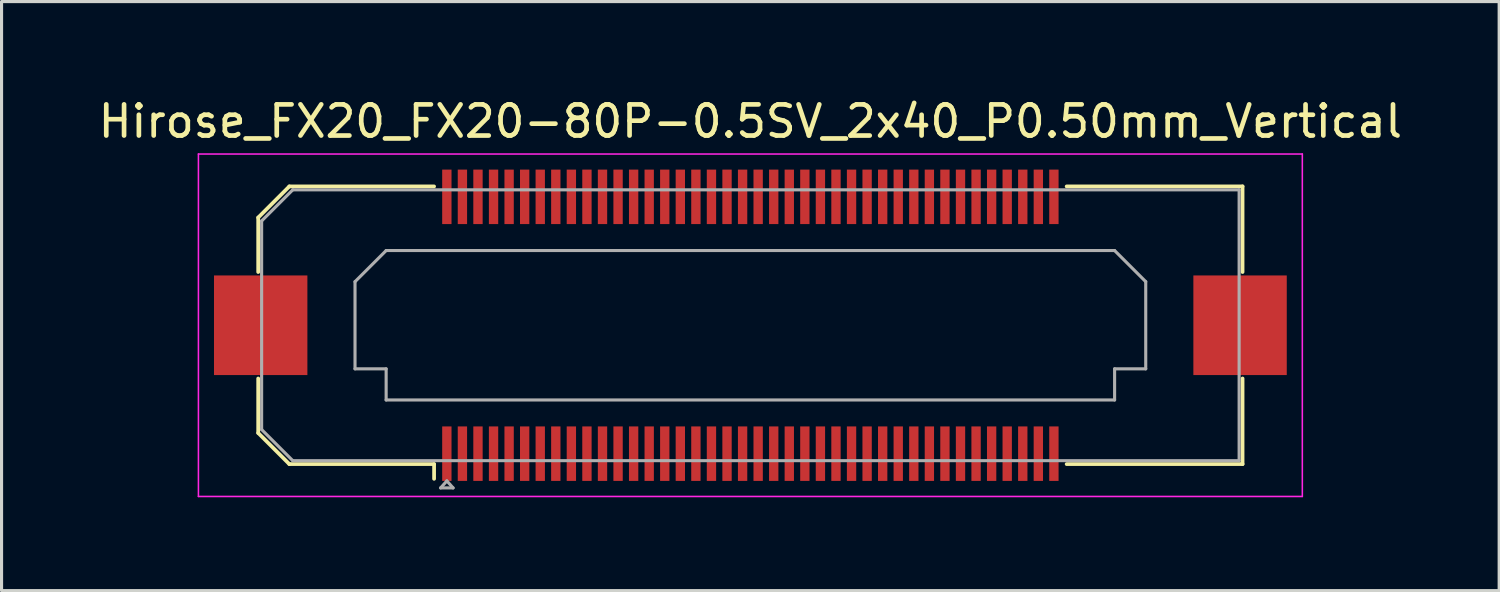
<source format=kicad_pcb>
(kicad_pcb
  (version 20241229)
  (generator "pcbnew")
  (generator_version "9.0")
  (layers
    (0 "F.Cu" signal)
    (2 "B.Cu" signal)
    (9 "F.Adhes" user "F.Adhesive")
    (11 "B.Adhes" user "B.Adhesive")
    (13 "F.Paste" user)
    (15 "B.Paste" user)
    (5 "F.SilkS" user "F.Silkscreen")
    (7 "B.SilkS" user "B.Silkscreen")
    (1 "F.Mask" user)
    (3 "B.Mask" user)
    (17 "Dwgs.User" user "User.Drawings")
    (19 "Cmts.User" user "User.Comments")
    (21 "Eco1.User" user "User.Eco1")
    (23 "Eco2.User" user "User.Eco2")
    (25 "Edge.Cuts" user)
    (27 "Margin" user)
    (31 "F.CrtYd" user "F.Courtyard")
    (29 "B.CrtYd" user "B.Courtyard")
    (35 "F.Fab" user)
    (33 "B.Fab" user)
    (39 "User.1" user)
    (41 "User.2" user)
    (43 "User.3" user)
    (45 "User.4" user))
  (footprint "Hirose_FX20_FX20-80P-0.5SV_2x40_P0.50mm_Vertical"
    (layer "F.Cu")
    (at 21.054 7.398)
    (property "Reference" "Hirose_FX20_FX20-80P-0.5SV_2x40_P0.50mm_Vertical" (at 0 -6.55 0) (layer "F.SilkS") (effects (font (size 1 1) (thickness 0.15))))
    (attr smd)
    (fp_line (start -15.81 -3.46) (end -14.81 -4.46) (stroke (width 0.12) (type solid)) (layer "F.SilkS"))
    (fp_line (start -15.81 -1.71) (end -15.81 -3.46) (stroke (width 0.12) (type solid)) (layer "F.SilkS"))
    (fp_line (start -15.81 3.46) (end -15.81 1.71) (stroke (width 0.12) (type solid)) (layer "F.SilkS"))
    (fp_line (start -14.81 -4.46) (end -10.16 -4.46) (stroke (width 0.12) (type solid)) (layer "F.SilkS"))
    (fp_line (start -14.81 4.46) (end -15.81 3.46) (stroke (width 0.12) (type solid)) (layer "F.SilkS"))
    (fp_line (start -10.16 4.46) (end -14.81 4.46) (stroke (width 0.12) (type solid)) (layer "F.SilkS"))
    (fp_line (start -10.16 4.933) (end -10.16 4.46) (stroke (width 0.12) (type solid)) (layer "F.SilkS"))
    (fp_line (start 10.16 4.46) (end 15.81 4.46) (stroke (width 0.12) (type solid)) (layer "F.SilkS"))
    (fp_line (start 15.81 -4.46) (end 10.16 -4.46) (stroke (width 0.12) (type solid)) (layer "F.SilkS"))
    (fp_line (start 15.81 -1.71) (end 15.81 -4.46) (stroke (width 0.12) (type solid)) (layer "F.SilkS"))
    (fp_line (start 15.81 4.46) (end 15.81 1.71) (stroke (width 0.12) (type solid)) (layer "F.SilkS"))
    (fp_line (start -17.73 -5.5) (end -17.73 5.5) (stroke (width 0.05) (type solid)) (layer "F.CrtYd"))
    (fp_line (start -17.73 5.5) (end 17.73 5.5) (stroke (width 0.05) (type solid)) (layer "F.CrtYd"))
    (fp_line (start 17.73 -5.5) (end -17.73 -5.5) (stroke (width 0.05) (type solid)) (layer "F.CrtYd"))
    (fp_line (start 17.73 5.5) (end 17.73 -5.5) (stroke (width 0.05) (type solid)) (layer "F.CrtYd"))
    (fp_line (start -15.7 -3.35) (end -14.7 -4.35) (stroke (width 0.1) (type solid)) (layer "F.Fab"))
    (fp_line (start -15.7 3.35) (end -15.7 -3.35) (stroke (width 0.1) (type solid)) (layer "F.Fab"))
    (fp_line (start -14.7 -4.35) (end 15.7 -4.35) (stroke (width 0.1) (type solid)) (layer "F.Fab"))
    (fp_line (start -14.7 4.35) (end -15.7 3.35) (stroke (width 0.1) (type solid)) (layer "F.Fab"))
    (fp_line (start -12.7 -1.4) (end -11.7 -2.4) (stroke (width 0.1) (type solid)) (layer "F.Fab"))
    (fp_line (start -12.7 1.4) (end -12.7 -1.4) (stroke (width 0.1) (type solid)) (layer "F.Fab"))
    (fp_line (start -11.7 -2.4) (end 11.7 -2.4) (stroke (width 0.1) (type solid)) (layer "F.Fab"))
    (fp_line (start -11.7 1.4) (end -12.7 1.4) (stroke (width 0.1) (type solid)) (layer "F.Fab"))
    (fp_line (start -11.7 2.4) (end -11.7 1.4) (stroke (width 0.1) (type solid)) (layer "F.Fab"))
    (fp_line (start -9.95 5.225) (end -9.75 5) (stroke (width 0.1) (type solid)) (layer "F.Fab"))
    (fp_line (start -9.75 5) (end -9.55 5.225) (stroke (width 0.1) (type solid)) (layer "F.Fab"))
    (fp_line (start -9.55 5.225) (end -9.95 5.225) (stroke (width 0.1) (type solid)) (layer "F.Fab"))
    (fp_line (start 11.7 -2.4) (end 12.7 -1.4) (stroke (width 0.1) (type solid)) (layer "F.Fab"))
    (fp_line (start 11.7 1.4) (end 11.7 2.4) (stroke (width 0.1) (type solid)) (layer "F.Fab"))
    (fp_line (start 11.7 2.4) (end -11.7 2.4) (stroke (width 0.1) (type solid)) (layer "F.Fab"))
    (fp_line (start 12.7 -1.4) (end 12.7 1.4) (stroke (width 0.1) (type solid)) (layer "F.Fab"))
    (fp_line (start 12.7 1.4) (end 11.7 1.4) (stroke (width 0.1) (type solid)) (layer "F.Fab"))
    (fp_line (start 15.7 -4.35) (end 15.7 4.35) (stroke (width 0.1) (type solid)) (layer "F.Fab"))
    (fp_line (start 15.7 4.35) (end -14.7 4.35) (stroke (width 0.1) (type solid)) (layer "F.Fab"))
    (pad "" smd rect (at -15.73 0) (size 2.98 3.18) (layers "F.Paste"))
    (pad "" smd rect (at -15.73 0) (size 3 3.2) (layers "F.Cu" "F.Mask"))
    (pad "" smd rect (at -9.75 -4.325) (size 0.28 1.35) (layers "F.Paste"))
    (pad "" smd rect (at -9.75 4.325) (size 0.28 1.35) (layers "F.Paste"))
    (pad "" smd rect (at -9.25 -4.325) (size 0.28 1.35) (layers "F.Paste"))
    (pad "" smd rect (at -9.25 4.325) (size 0.28 1.35) (layers "F.Paste"))
    (pad "" smd rect (at -8.75 -4.325) (size 0.28 1.35) (layers "F.Paste"))
    (pad "" smd rect (at -8.75 4.325) (size 0.28 1.35) (layers "F.Paste"))
    (pad "" smd rect (at -8.25 -4.325) (size 0.28 1.35) (layers "F.Paste"))
    (pad "" smd rect (at -8.25 4.325) (size 0.28 1.35) (layers "F.Paste"))
    (pad "" smd rect (at -7.75 -4.325) (size 0.28 1.35) (layers "F.Paste"))
    (pad "" smd rect (at -7.75 4.325) (size 0.28 1.35) (layers "F.Paste"))
    (pad "" smd rect (at -7.25 -4.325) (size 0.28 1.35) (layers "F.Paste"))
    (pad "" smd rect (at -7.25 4.325) (size 0.28 1.35) (layers "F.Paste"))
    (pad "" smd rect (at -6.75 -4.325) (size 0.28 1.35) (layers "F.Paste"))
    (pad "" smd rect (at -6.75 4.325) (size 0.28 1.35) (layers "F.Paste"))
    (pad "" smd rect (at -6.25 -4.325) (size 0.28 1.35) (layers "F.Paste"))
    (pad "" smd rect (at -6.25 4.325) (size 0.28 1.35) (layers "F.Paste"))
    (pad "" smd rect (at -5.75 -4.325) (size 0.28 1.35) (layers "F.Paste"))
    (pad "" smd rect (at -5.75 4.325) (size 0.28 1.35) (layers "F.Paste"))
    (pad "" smd rect (at -5.25 -4.325) (size 0.28 1.35) (layers "F.Paste"))
    (pad "" smd rect (at -5.25 4.325) (size 0.28 1.35) (layers "F.Paste"))
    (pad "" smd rect (at -4.75 -4.325) (size 0.28 1.35) (layers "F.Paste"))
    (pad "" smd rect (at -4.75 4.325) (size 0.28 1.35) (layers "F.Paste"))
    (pad "" smd rect (at -4.25 -4.325) (size 0.28 1.35) (layers "F.Paste"))
    (pad "" smd rect (at -4.25 4.325) (size 0.28 1.35) (layers "F.Paste"))
    (pad "" smd rect (at -3.75 -4.325) (size 0.28 1.35) (layers "F.Paste"))
    (pad "" smd rect (at -3.75 4.325) (size 0.28 1.35) (layers "F.Paste"))
    (pad "" smd rect (at -3.25 -4.325) (size 0.28 1.35) (layers "F.Paste"))
    (pad "" smd rect (at -3.25 4.325) (size 0.28 1.35) (layers "F.Paste"))
    (pad "" smd rect (at -2.75 -4.325) (size 0.28 1.35) (layers "F.Paste"))
    (pad "" smd rect (at -2.75 4.325) (size 0.28 1.35) (layers "F.Paste"))
    (pad "" smd rect (at -2.25 -4.325) (size 0.28 1.35) (layers "F.Paste"))
    (pad "" smd rect (at -2.25 4.325) (size 0.28 1.35) (layers "F.Paste"))
    (pad "" smd rect (at -1.75 -4.325) (size 0.28 1.35) (layers "F.Paste"))
    (pad "" smd rect (at -1.75 4.325) (size 0.28 1.35) (layers "F.Paste"))
    (pad "" smd rect (at -1.25 -4.325) (size 0.28 1.35) (layers "F.Paste"))
    (pad "" smd rect (at -1.25 4.325) (size 0.28 1.35) (layers "F.Paste"))
    (pad "" smd rect (at -0.75 -4.325) (size 0.28 1.35) (layers "F.Paste"))
    (pad "" smd rect (at -0.75 4.325) (size 0.28 1.35) (layers "F.Paste"))
    (pad "" smd rect (at -0.25 -4.325) (size 0.28 1.35) (layers "F.Paste"))
    (pad "" smd rect (at -0.25 4.325) (size 0.28 1.35) (layers "F.Paste"))
    (pad "" smd rect (at 0.25 -4.325) (size 0.28 1.35) (layers "F.Paste"))
    (pad "" smd rect (at 0.25 4.325) (size 0.28 1.35) (layers "F.Paste"))
    (pad "" smd rect (at 0.75 -4.325) (size 0.28 1.35) (layers "F.Paste"))
    (pad "" smd rect (at 0.75 4.325) (size 0.28 1.35) (layers "F.Paste"))
    (pad "" smd rect (at 1.25 -4.325) (size 0.28 1.35) (layers "F.Paste"))
    (pad "" smd rect (at 1.25 4.325) (size 0.28 1.35) (layers "F.Paste"))
    (pad "" smd rect (at 1.75 -4.325) (size 0.28 1.35) (layers "F.Paste"))
    (pad "" smd rect (at 1.75 4.325) (size 0.28 1.35) (layers "F.Paste"))
    (pad "" smd rect (at 2.25 -4.325) (size 0.28 1.35) (layers "F.Paste"))
    (pad "" smd rect (at 2.25 4.325) (size 0.28 1.35) (layers "F.Paste"))
    (pad "" smd rect (at 2.75 -4.325) (size 0.28 1.35) (layers "F.Paste"))
    (pad "" smd rect (at 2.75 4.325) (size 0.28 1.35) (layers "F.Paste"))
    (pad "" smd rect (at 3.25 -4.325) (size 0.28 1.35) (layers "F.Paste"))
    (pad "" smd rect (at 3.25 4.325) (size 0.28 1.35) (layers "F.Paste"))
    (pad "" smd rect (at 3.75 -4.325) (size 0.28 1.35) (layers "F.Paste"))
    (pad "" smd rect (at 3.75 4.325) (size 0.28 1.35) (layers "F.Paste"))
    (pad "" smd rect (at 4.25 -4.325) (size 0.28 1.35) (layers "F.Paste"))
    (pad "" smd rect (at 4.25 4.325) (size 0.28 1.35) (layers "F.Paste"))
    (pad "" smd rect (at 4.75 -4.325) (size 0.28 1.35) (layers "F.Paste"))
    (pad "" smd rect (at 4.75 4.325) (size 0.28 1.35) (layers "F.Paste"))
    (pad "" smd rect (at 5.25 -4.325) (size 0.28 1.35) (layers "F.Paste"))
    (pad "" smd rect (at 5.25 4.325) (size 0.28 1.35) (layers "F.Paste"))
    (pad "" smd rect (at 5.75 -4.325) (size 0.28 1.35) (layers "F.Paste"))
    (pad "" smd rect (at 5.75 4.325) (size 0.28 1.35) (layers "F.Paste"))
    (pad "" smd rect (at 6.25 -4.325) (size 0.28 1.35) (layers "F.Paste"))
    (pad "" smd rect (at 6.25 4.325) (size 0.28 1.35) (layers "F.Paste"))
    (pad "" smd rect (at 6.75 -4.325) (size 0.28 1.35) (layers "F.Paste"))
    (pad "" smd rect (at 6.75 4.325) (size 0.28 1.35) (layers "F.Paste"))
    (pad "" smd rect (at 7.25 -4.325) (size 0.28 1.35) (layers "F.Paste"))
    (pad "" smd rect (at 7.25 4.325) (size 0.28 1.35) (layers "F.Paste"))
    (pad "" smd rect (at 7.75 -4.325) (size 0.28 1.35) (layers "F.Paste"))
    (pad "" smd rect (at 7.75 4.325) (size 0.28 1.35) (layers "F.Paste"))
    (pad "" smd rect (at 8.25 -4.325) (size 0.28 1.35) (layers "F.Paste"))
    (pad "" smd rect (at 8.25 4.325) (size 0.28 1.35) (layers "F.Paste"))
    (pad "" smd rect (at 8.75 -4.325) (size 0.28 1.35) (layers "F.Paste"))
    (pad "" smd rect (at 8.75 4.325) (size 0.28 1.35) (layers "F.Paste"))
    (pad "" smd rect (at 9.25 -4.325) (size 0.28 1.35) (layers "F.Paste"))
    (pad "" smd rect (at 9.25 4.325) (size 0.28 1.35) (layers "F.Paste"))
    (pad "" smd rect (at 9.75 -4.325) (size 0.28 1.35) (layers "F.Paste"))
    (pad "" smd rect (at 9.75 4.325) (size 0.28 1.35) (layers "F.Paste"))
    (pad "" smd rect (at 15.73 0) (size 2.98 3.18) (layers "F.Paste"))
    (pad "" smd rect (at 15.73 0) (size 3 3.2) (layers "F.Cu" "F.Mask"))
    (pad "1" smd rect (at -9.75 4.125) (size 0.3 1.75) (layers "F.Cu" "F.Mask"))
    (pad "2" smd rect (at -9.75 -4.125) (size 0.3 1.75) (layers "F.Cu" "F.Mask"))
    (pad "3" smd rect (at -9.25 4.125) (size 0.3 1.75) (layers "F.Cu" "F.Mask"))
    (pad "4" smd rect (at -9.25 -4.125) (size 0.3 1.75) (layers "F.Cu" "F.Mask"))
    (pad "5" smd rect (at -8.75 4.125) (size 0.3 1.75) (layers "F.Cu" "F.Mask"))
    (pad "6" smd rect (at -8.75 -4.125) (size 0.3 1.75) (layers "F.Cu" "F.Mask"))
    (pad "7" smd rect (at -8.25 4.125) (size 0.3 1.75) (layers "F.Cu" "F.Mask"))
    (pad "8" smd rect (at -8.25 -4.125) (size 0.3 1.75) (layers "F.Cu" "F.Mask"))
    (pad "9" smd rect (at -7.75 4.125) (size 0.3 1.75) (layers "F.Cu" "F.Mask"))
    (pad "10" smd rect (at -7.75 -4.125) (size 0.3 1.75) (layers "F.Cu" "F.Mask"))
    (pad "11" smd rect (at -7.25 4.125) (size 0.3 1.75) (layers "F.Cu" "F.Mask"))
    (pad "12" smd rect (at -7.25 -4.125) (size 0.3 1.75) (layers "F.Cu" "F.Mask"))
    (pad "13" smd rect (at -6.75 4.125) (size 0.3 1.75) (layers "F.Cu" "F.Mask"))
    (pad "14" smd rect (at -6.75 -4.125) (size 0.3 1.75) (layers "F.Cu" "F.Mask"))
    (pad "15" smd rect (at -6.25 4.125) (size 0.3 1.75) (layers "F.Cu" "F.Mask"))
    (pad "16" smd rect (at -6.25 -4.125) (size 0.3 1.75) (layers "F.Cu" "F.Mask"))
    (pad "17" smd rect (at -5.75 4.125) (size 0.3 1.75) (layers "F.Cu" "F.Mask"))
    (pad "18" smd rect (at -5.75 -4.125) (size 0.3 1.75) (layers "F.Cu" "F.Mask"))
    (pad "19" smd rect (at -5.25 4.125) (size 0.3 1.75) (layers "F.Cu" "F.Mask"))
    (pad "20" smd rect (at -5.25 -4.125) (size 0.3 1.75) (layers "F.Cu" "F.Mask"))
    (pad "21" smd rect (at -4.75 4.125) (size 0.3 1.75) (layers "F.Cu" "F.Mask"))
    (pad "22" smd rect (at -4.75 -4.125) (size 0.3 1.75) (layers "F.Cu" "F.Mask"))
    (pad "23" smd rect (at -4.25 4.125) (size 0.3 1.75) (layers "F.Cu" "F.Mask"))
    (pad "24" smd rect (at -4.25 -4.125) (size 0.3 1.75) (layers "F.Cu" "F.Mask"))
    (pad "25" smd rect (at -3.75 4.125) (size 0.3 1.75) (layers "F.Cu" "F.Mask"))
    (pad "26" smd rect (at -3.75 -4.125) (size 0.3 1.75) (layers "F.Cu" "F.Mask"))
    (pad "27" smd rect (at -3.25 4.125) (size 0.3 1.75) (layers "F.Cu" "F.Mask"))
    (pad "28" smd rect (at -3.25 -4.125) (size 0.3 1.75) (layers "F.Cu" "F.Mask"))
    (pad "29" smd rect (at -2.75 4.125) (size 0.3 1.75) (layers "F.Cu" "F.Mask"))
    (pad "30" smd rect (at -2.75 -4.125) (size 0.3 1.75) (layers "F.Cu" "F.Mask"))
    (pad "31" smd rect (at -2.25 4.125) (size 0.3 1.75) (layers "F.Cu" "F.Mask"))
    (pad "32" smd rect (at -2.25 -4.125) (size 0.3 1.75) (layers "F.Cu" "F.Mask"))
    (pad "33" smd rect (at -1.75 4.125) (size 0.3 1.75) (layers "F.Cu" "F.Mask"))
    (pad "34" smd rect (at -1.75 -4.125) (size 0.3 1.75) (layers "F.Cu" "F.Mask"))
    (pad "35" smd rect (at -1.25 4.125) (size 0.3 1.75) (layers "F.Cu" "F.Mask"))
    (pad "36" smd rect (at -1.25 -4.125) (size 0.3 1.75) (layers "F.Cu" "F.Mask"))
    (pad "37" smd rect (at -0.75 4.125) (size 0.3 1.75) (layers "F.Cu" "F.Mask"))
    (pad "38" smd rect (at -0.75 -4.125) (size 0.3 1.75) (layers "F.Cu" "F.Mask"))
    (pad "39" smd rect (at -0.25 4.125) (size 0.3 1.75) (layers "F.Cu" "F.Mask"))
    (pad "40" smd rect (at -0.25 -4.125) (size 0.3 1.75) (layers "F.Cu" "F.Mask"))
    (pad "41" smd rect (at 0.25 4.125) (size 0.3 1.75) (layers "F.Cu" "F.Mask"))
    (pad "42" smd rect (at 0.25 -4.125) (size 0.3 1.75) (layers "F.Cu" "F.Mask"))
    (pad "43" smd rect (at 0.75 4.125) (size 0.3 1.75) (layers "F.Cu" "F.Mask"))
    (pad "44" smd rect (at 0.75 -4.125) (size 0.3 1.75) (layers "F.Cu" "F.Mask"))
    (pad "45" smd rect (at 1.25 4.125) (size 0.3 1.75) (layers "F.Cu" "F.Mask"))
    (pad "46" smd rect (at 1.25 -4.125) (size 0.3 1.75) (layers "F.Cu" "F.Mask"))
    (pad "47" smd rect (at 1.75 4.125) (size 0.3 1.75) (layers "F.Cu" "F.Mask"))
    (pad "48" smd rect (at 1.75 -4.125) (size 0.3 1.75) (layers "F.Cu" "F.Mask"))
    (pad "49" smd rect (at 2.25 4.125) (size 0.3 1.75) (layers "F.Cu" "F.Mask"))
    (pad "50" smd rect (at 2.25 -4.125) (size 0.3 1.75) (layers "F.Cu" "F.Mask"))
    (pad "51" smd rect (at 2.75 4.125) (size 0.3 1.75) (layers "F.Cu" "F.Mask"))
    (pad "52" smd rect (at 2.75 -4.125) (size 0.3 1.75) (layers "F.Cu" "F.Mask"))
    (pad "53" smd rect (at 3.25 4.125) (size 0.3 1.75) (layers "F.Cu" "F.Mask"))
    (pad "54" smd rect (at 3.25 -4.125) (size 0.3 1.75) (layers "F.Cu" "F.Mask"))
    (pad "55" smd rect (at 3.75 4.125) (size 0.3 1.75) (layers "F.Cu" "F.Mask"))
    (pad "56" smd rect (at 3.75 -4.125) (size 0.3 1.75) (layers "F.Cu" "F.Mask"))
    (pad "57" smd rect (at 4.25 4.125) (size 0.3 1.75) (layers "F.Cu" "F.Mask"))
    (pad "58" smd rect (at 4.25 -4.125) (size 0.3 1.75) (layers "F.Cu" "F.Mask"))
    (pad "59" smd rect (at 4.75 4.125) (size 0.3 1.75) (layers "F.Cu" "F.Mask"))
    (pad "60" smd rect (at 4.75 -4.125) (size 0.3 1.75) (layers "F.Cu" "F.Mask"))
    (pad "61" smd rect (at 5.25 4.125) (size 0.3 1.75) (layers "F.Cu" "F.Mask"))
    (pad "62" smd rect (at 5.25 -4.125) (size 0.3 1.75) (layers "F.Cu" "F.Mask"))
    (pad "63" smd rect (at 5.75 4.125) (size 0.3 1.75) (layers "F.Cu" "F.Mask"))
    (pad "64" smd rect (at 5.75 -4.125) (size 0.3 1.75) (layers "F.Cu" "F.Mask"))
    (pad "65" smd rect (at 6.25 4.125) (size 0.3 1.75) (layers "F.Cu" "F.Mask"))
    (pad "66" smd rect (at 6.25 -4.125) (size 0.3 1.75) (layers "F.Cu" "F.Mask"))
    (pad "67" smd rect (at 6.75 4.125) (size 0.3 1.75) (layers "F.Cu" "F.Mask"))
    (pad "68" smd rect (at 6.75 -4.125) (size 0.3 1.75) (layers "F.Cu" "F.Mask"))
    (pad "69" smd rect (at 7.25 4.125) (size 0.3 1.75) (layers "F.Cu" "F.Mask"))
    (pad "70" smd rect (at 7.25 -4.125) (size 0.3 1.75) (layers "F.Cu" "F.Mask"))
    (pad "71" smd rect (at 7.75 4.125) (size 0.3 1.75) (layers "F.Cu" "F.Mask"))
    (pad "72" smd rect (at 7.75 -4.125) (size 0.3 1.75) (layers "F.Cu" "F.Mask"))
    (pad "73" smd rect (at 8.25 4.125) (size 0.3 1.75) (layers "F.Cu" "F.Mask"))
    (pad "74" smd rect (at 8.25 -4.125) (size 0.3 1.75) (layers "F.Cu" "F.Mask"))
    (pad "75" smd rect (at 8.75 4.125) (size 0.3 1.75) (layers "F.Cu" "F.Mask"))
    (pad "76" smd rect (at 8.75 -4.125) (size 0.3 1.75) (layers "F.Cu" "F.Mask"))
    (pad "77" smd rect (at 9.25 4.125) (size 0.3 1.75) (layers "F.Cu" "F.Mask"))
    (pad "78" smd rect (at 9.25 -4.125) (size 0.3 1.75) (layers "F.Cu" "F.Mask"))
    (pad "79" smd rect (at 9.75 4.125) (size 0.3 1.75) (layers "F.Cu" "F.Mask"))
    (pad "80" smd rect (at 9.75 -4.125) (size 0.3 1.75) (layers "F.Cu" "F.Mask")))
  (gr_rect
    (start -3 -3)
    (end 45.107 15.923)
    (stroke (width 0.1) (type default))
    (fill no)
    (layer "Edge.Cuts")))
</source>
